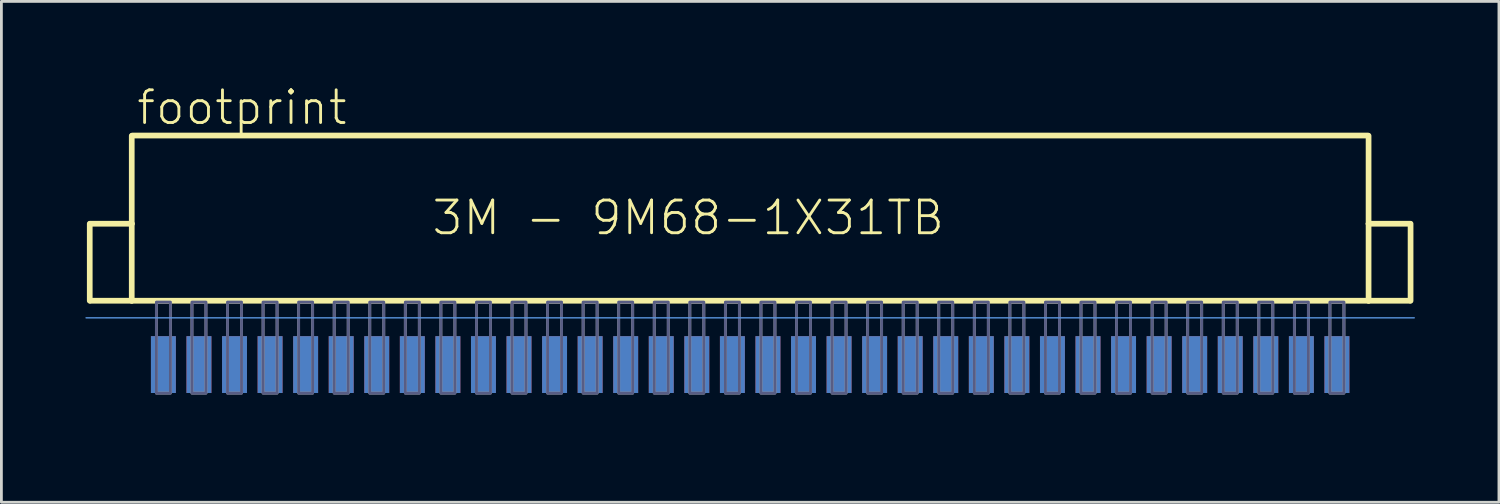
<source format=kicad_pcb>
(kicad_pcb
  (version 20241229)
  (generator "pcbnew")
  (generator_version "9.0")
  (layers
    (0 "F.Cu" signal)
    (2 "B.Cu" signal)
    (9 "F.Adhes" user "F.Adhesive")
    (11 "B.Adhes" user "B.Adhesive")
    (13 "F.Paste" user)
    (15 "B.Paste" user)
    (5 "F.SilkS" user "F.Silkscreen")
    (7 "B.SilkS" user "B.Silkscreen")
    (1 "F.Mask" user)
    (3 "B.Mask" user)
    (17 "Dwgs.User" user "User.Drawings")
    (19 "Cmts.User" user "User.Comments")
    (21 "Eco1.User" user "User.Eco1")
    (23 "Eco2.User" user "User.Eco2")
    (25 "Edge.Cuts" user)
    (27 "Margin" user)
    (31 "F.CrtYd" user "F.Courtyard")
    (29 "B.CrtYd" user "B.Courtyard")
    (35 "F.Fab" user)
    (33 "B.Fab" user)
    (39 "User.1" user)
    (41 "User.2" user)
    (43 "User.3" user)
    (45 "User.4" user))
  (footprint "footprint"
    (layer "F.Cu")
    (at 23.74 6.68)
    (property "Reference" "footprint" (at -21.971 -5.207 0) (layer "F.SilkS") (effects (font (size 1.168 1.168) (thickness 0.102)) (justify left bottom)))
    (fp_line (start -20.955 5.08) (end 20.955 5.08) (stroke (width 0.254) (type solid)) (layer "F.Mask"))
    (fp_poly (pts (xy -21.438 4.978) (xy -20.472 4.978) (xy -20.472 2.286) (xy -21.438 2.286)) (stroke (width 0) (type solid)) (fill yes) (layer "F.Mask"))
    (fp_poly (pts (xy -20.168 4.978) (xy -19.202 4.978) (xy -19.202 2.286) (xy -20.168 2.286)) (stroke (width 0) (type solid)) (fill yes) (layer "F.Mask"))
    (fp_poly (pts (xy -18.898 4.978) (xy -17.932 4.978) (xy -17.932 2.286) (xy -18.898 2.286)) (stroke (width 0) (type solid)) (fill yes) (layer "F.Mask"))
    (fp_poly (pts (xy -17.628 4.978) (xy -16.662 4.978) (xy -16.662 2.286) (xy -17.628 2.286)) (stroke (width 0) (type solid)) (fill yes) (layer "F.Mask"))
    (fp_poly (pts (xy -16.358 4.978) (xy -15.392 4.978) (xy -15.392 2.286) (xy -16.358 2.286)) (stroke (width 0) (type solid)) (fill yes) (layer "F.Mask"))
    (fp_poly (pts (xy -15.088 4.978) (xy -14.122 4.978) (xy -14.122 2.286) (xy -15.088 2.286)) (stroke (width 0) (type solid)) (fill yes) (layer "F.Mask"))
    (fp_poly (pts (xy -13.818 4.978) (xy -12.852 4.978) (xy -12.852 2.286) (xy -13.818 2.286)) (stroke (width 0) (type solid)) (fill yes) (layer "F.Mask"))
    (fp_poly (pts (xy -12.548 4.978) (xy -11.582 4.978) (xy -11.582 2.286) (xy -12.548 2.286)) (stroke (width 0) (type solid)) (fill yes) (layer "F.Mask"))
    (fp_poly (pts (xy -11.278 4.978) (xy -10.312 4.978) (xy -10.312 2.286) (xy -11.278 2.286)) (stroke (width 0) (type solid)) (fill yes) (layer "F.Mask"))
    (fp_poly (pts (xy -10.008 4.978) (xy -9.042 4.978) (xy -9.042 2.286) (xy -10.008 2.286)) (stroke (width 0) (type solid)) (fill yes) (layer "F.Mask"))
    (fp_poly (pts (xy -8.738 4.978) (xy -7.772 4.978) (xy -7.772 2.286) (xy -8.738 2.286)) (stroke (width 0) (type solid)) (fill yes) (layer "F.Mask"))
    (fp_poly (pts (xy -7.468 4.978) (xy -6.502 4.978) (xy -6.502 2.286) (xy -7.468 2.286)) (stroke (width 0) (type solid)) (fill yes) (layer "F.Mask"))
    (fp_poly (pts (xy -6.198 4.978) (xy -5.232 4.978) (xy -5.232 2.286) (xy -6.198 2.286)) (stroke (width 0) (type solid)) (fill yes) (layer "F.Mask"))
    (fp_poly (pts (xy -4.928 4.978) (xy -3.962 4.978) (xy -3.962 2.286) (xy -4.928 2.286)) (stroke (width 0) (type solid)) (fill yes) (layer "F.Mask"))
    (fp_poly (pts (xy -3.658 4.978) (xy -2.692 4.978) (xy -2.692 2.286) (xy -3.658 2.286)) (stroke (width 0) (type solid)) (fill yes) (layer "F.Mask"))
    (fp_poly (pts (xy -2.388 4.978) (xy -1.422 4.978) (xy -1.422 2.286) (xy -2.388 2.286)) (stroke (width 0) (type solid)) (fill yes) (layer "F.Mask"))
    (fp_poly (pts (xy -1.118 4.978) (xy -0.152 4.978) (xy -0.152 2.286) (xy -1.118 2.286)) (stroke (width 0) (type solid)) (fill yes) (layer "F.Mask"))
    (fp_poly (pts (xy 0.152 4.978) (xy 1.118 4.978) (xy 1.118 2.286) (xy 0.152 2.286)) (stroke (width 0) (type solid)) (fill yes) (layer "F.Mask"))
    (fp_poly (pts (xy 1.422 4.978) (xy 2.388 4.978) (xy 2.388 2.286) (xy 1.422 2.286)) (stroke (width 0) (type solid)) (fill yes) (layer "F.Mask"))
    (fp_poly (pts (xy 2.692 4.978) (xy 3.658 4.978) (xy 3.658 2.286) (xy 2.692 2.286)) (stroke (width 0) (type solid)) (fill yes) (layer "F.Mask"))
    (fp_poly (pts (xy 3.962 4.978) (xy 4.928 4.978) (xy 4.928 2.286) (xy 3.962 2.286)) (stroke (width 0) (type solid)) (fill yes) (layer "F.Mask"))
    (fp_poly (pts (xy 5.232 4.978) (xy 6.198 4.978) (xy 6.198 2.286) (xy 5.232 2.286)) (stroke (width 0) (type solid)) (fill yes) (layer "F.Mask"))
    (fp_poly (pts (xy 6.502 4.978) (xy 7.468 4.978) (xy 7.468 2.286) (xy 6.502 2.286)) (stroke (width 0) (type solid)) (fill yes) (layer "F.Mask"))
    (fp_poly (pts (xy 7.772 4.978) (xy 8.738 4.978) (xy 8.738 2.286) (xy 7.772 2.286)) (stroke (width 0) (type solid)) (fill yes) (layer "F.Mask"))
    (fp_poly (pts (xy 9.042 4.978) (xy 10.008 4.978) (xy 10.008 2.286) (xy 9.042 2.286)) (stroke (width 0) (type solid)) (fill yes) (layer "F.Mask"))
    (fp_poly (pts (xy 10.312 4.978) (xy 11.278 4.978) (xy 11.278 2.286) (xy 10.312 2.286)) (stroke (width 0) (type solid)) (fill yes) (layer "F.Mask"))
    (fp_poly (pts (xy 11.582 4.978) (xy 12.548 4.978) (xy 12.548 2.286) (xy 11.582 2.286)) (stroke (width 0) (type solid)) (fill yes) (layer "F.Mask"))
    (fp_poly (pts (xy 12.852 4.978) (xy 13.818 4.978) (xy 13.818 2.286) (xy 12.852 2.286)) (stroke (width 0) (type solid)) (fill yes) (layer "F.Mask"))
    (fp_poly (pts (xy 14.122 4.978) (xy 15.088 4.978) (xy 15.088 2.286) (xy 14.122 2.286)) (stroke (width 0) (type solid)) (fill yes) (layer "F.Mask"))
    (fp_poly (pts (xy 15.392 4.978) (xy 16.358 4.978) (xy 16.358 2.286) (xy 15.392 2.286)) (stroke (width 0) (type solid)) (fill yes) (layer "F.Mask"))
    (fp_poly (pts (xy 16.662 4.978) (xy 17.628 4.978) (xy 17.628 2.286) (xy 16.662 2.286)) (stroke (width 0) (type solid)) (fill yes) (layer "F.Mask"))
    (fp_poly (pts (xy 17.932 4.978) (xy 18.898 4.978) (xy 18.898 2.286) (xy 17.932 2.286)) (stroke (width 0) (type solid)) (fill yes) (layer "F.Mask"))
    (fp_poly (pts (xy 19.202 4.978) (xy 20.168 4.978) (xy 20.168 2.286) (xy 19.202 2.286)) (stroke (width 0) (type solid)) (fill yes) (layer "F.Mask"))
    (fp_poly (pts (xy 20.472 4.978) (xy 21.438 4.978) (xy 21.438 2.286) (xy 20.472 2.286)) (stroke (width 0) (type solid)) (fill yes) (layer "F.Mask"))
    (fp_line (start -20.955 5.08) (end 20.955 5.08) (stroke (width 0.254) (type solid)) (layer "B.Mask"))
    (fp_poly (pts (xy -21.438 4.978) (xy -20.472 4.978) (xy -20.472 2.286) (xy -21.438 2.286)) (stroke (width 0) (type solid)) (fill yes) (layer "B.Mask"))
    (fp_poly (pts (xy -20.168 4.978) (xy -19.202 4.978) (xy -19.202 2.286) (xy -20.168 2.286)) (stroke (width 0) (type solid)) (fill yes) (layer "B.Mask"))
    (fp_poly (pts (xy -18.898 4.978) (xy -17.932 4.978) (xy -17.932 2.286) (xy -18.898 2.286)) (stroke (width 0) (type solid)) (fill yes) (layer "B.Mask"))
    (fp_poly (pts (xy -17.628 4.978) (xy -16.662 4.978) (xy -16.662 2.286) (xy -17.628 2.286)) (stroke (width 0) (type solid)) (fill yes) (layer "B.Mask"))
    (fp_poly (pts (xy -16.358 4.978) (xy -15.392 4.978) (xy -15.392 2.286) (xy -16.358 2.286)) (stroke (width 0) (type solid)) (fill yes) (layer "B.Mask"))
    (fp_poly (pts (xy -15.088 4.978) (xy -14.122 4.978) (xy -14.122 2.286) (xy -15.088 2.286)) (stroke (width 0) (type solid)) (fill yes) (layer "B.Mask"))
    (fp_poly (pts (xy -13.818 4.978) (xy -12.852 4.978) (xy -12.852 2.286) (xy -13.818 2.286)) (stroke (width 0) (type solid)) (fill yes) (layer "B.Mask"))
    (fp_poly (pts (xy -12.548 4.978) (xy -11.582 4.978) (xy -11.582 2.286) (xy -12.548 2.286)) (stroke (width 0) (type solid)) (fill yes) (layer "B.Mask"))
    (fp_poly (pts (xy -11.278 4.978) (xy -10.312 4.978) (xy -10.312 2.286) (xy -11.278 2.286)) (stroke (width 0) (type solid)) (fill yes) (layer "B.Mask"))
    (fp_poly (pts (xy -10.008 4.978) (xy -9.042 4.978) (xy -9.042 2.286) (xy -10.008 2.286)) (stroke (width 0) (type solid)) (fill yes) (layer "B.Mask"))
    (fp_poly (pts (xy -8.738 4.978) (xy -7.772 4.978) (xy -7.772 2.286) (xy -8.738 2.286)) (stroke (width 0) (type solid)) (fill yes) (layer "B.Mask"))
    (fp_poly (pts (xy -7.468 4.978) (xy -6.502 4.978) (xy -6.502 2.286) (xy -7.468 2.286)) (stroke (width 0) (type solid)) (fill yes) (layer "B.Mask"))
    (fp_poly (pts (xy -6.198 4.978) (xy -5.232 4.978) (xy -5.232 2.286) (xy -6.198 2.286)) (stroke (width 0) (type solid)) (fill yes) (layer "B.Mask"))
    (fp_poly (pts (xy -4.928 4.978) (xy -3.962 4.978) (xy -3.962 2.286) (xy -4.928 2.286)) (stroke (width 0) (type solid)) (fill yes) (layer "B.Mask"))
    (fp_poly (pts (xy -3.658 4.978) (xy -2.692 4.978) (xy -2.692 2.286) (xy -3.658 2.286)) (stroke (width 0) (type solid)) (fill yes) (layer "B.Mask"))
    (fp_poly (pts (xy -2.388 4.978) (xy -1.422 4.978) (xy -1.422 2.286) (xy -2.388 2.286)) (stroke (width 0) (type solid)) (fill yes) (layer "B.Mask"))
    (fp_poly (pts (xy -1.118 4.978) (xy -0.152 4.978) (xy -0.152 2.286) (xy -1.118 2.286)) (stroke (width 0) (type solid)) (fill yes) (layer "B.Mask"))
    (fp_poly (pts (xy 0.152 4.978) (xy 1.118 4.978) (xy 1.118 2.286) (xy 0.152 2.286)) (stroke (width 0) (type solid)) (fill yes) (layer "B.Mask"))
    (fp_poly (pts (xy 1.422 4.978) (xy 2.388 4.978) (xy 2.388 2.286) (xy 1.422 2.286)) (stroke (width 0) (type solid)) (fill yes) (layer "B.Mask"))
    (fp_poly (pts (xy 2.692 4.978) (xy 3.658 4.978) (xy 3.658 2.286) (xy 2.692 2.286)) (stroke (width 0) (type solid)) (fill yes) (layer "B.Mask"))
    (fp_poly (pts (xy 3.962 4.978) (xy 4.928 4.978) (xy 4.928 2.286) (xy 3.962 2.286)) (stroke (width 0) (type solid)) (fill yes) (layer "B.Mask"))
    (fp_poly (pts (xy 5.232 4.978) (xy 6.198 4.978) (xy 6.198 2.286) (xy 5.232 2.286)) (stroke (width 0) (type solid)) (fill yes) (layer "B.Mask"))
    (fp_poly (pts (xy 6.502 4.978) (xy 7.468 4.978) (xy 7.468 2.286) (xy 6.502 2.286)) (stroke (width 0) (type solid)) (fill yes) (layer "B.Mask"))
    (fp_poly (pts (xy 7.772 4.978) (xy 8.738 4.978) (xy 8.738 2.286) (xy 7.772 2.286)) (stroke (width 0) (type solid)) (fill yes) (layer "B.Mask"))
    (fp_poly (pts (xy 9.042 4.978) (xy 10.008 4.978) (xy 10.008 2.286) (xy 9.042 2.286)) (stroke (width 0) (type solid)) (fill yes) (layer "B.Mask"))
    (fp_poly (pts (xy 10.312 4.978) (xy 11.278 4.978) (xy 11.278 2.286) (xy 10.312 2.286)) (stroke (width 0) (type solid)) (fill yes) (layer "B.Mask"))
    (fp_poly (pts (xy 11.582 4.978) (xy 12.548 4.978) (xy 12.548 2.286) (xy 11.582 2.286)) (stroke (width 0) (type solid)) (fill yes) (layer "B.Mask"))
    (fp_poly (pts (xy 12.852 4.978) (xy 13.818 4.978) (xy 13.818 2.286) (xy 12.852 2.286)) (stroke (width 0) (type solid)) (fill yes) (layer "B.Mask"))
    (fp_poly (pts (xy 14.122 4.978) (xy 15.088 4.978) (xy 15.088 2.286) (xy 14.122 2.286)) (stroke (width 0) (type solid)) (fill yes) (layer "B.Mask"))
    (fp_poly (pts (xy 15.392 4.978) (xy 16.358 4.978) (xy 16.358 2.286) (xy 15.392 2.286)) (stroke (width 0) (type solid)) (fill yes) (layer "B.Mask"))
    (fp_poly (pts (xy 16.662 4.978) (xy 17.628 4.978) (xy 17.628 2.286) (xy 16.662 2.286)) (stroke (width 0) (type solid)) (fill yes) (layer "B.Mask"))
    (fp_poly (pts (xy 17.932 4.978) (xy 18.898 4.978) (xy 18.898 2.286) (xy 17.932 2.286)) (stroke (width 0) (type solid)) (fill yes) (layer "B.Mask"))
    (fp_poly (pts (xy 19.202 4.978) (xy 20.168 4.978) (xy 20.168 2.286) (xy 19.202 2.286)) (stroke (width 0) (type solid)) (fill yes) (layer "B.Mask"))
    (fp_poly (pts (xy 20.472 4.978) (xy 21.438 4.978) (xy 21.438 2.286) (xy 20.472 2.286)) (stroke (width 0) (type solid)) (fill yes) (layer "B.Mask"))
    (fp_line (start -23.585 -1.74) (end -23.585 1.01) (stroke (width 0.203) (type solid)) (layer "F.SilkS"))
    (fp_line (start -23.565 -1.74) (end -22.085 -1.74) (stroke (width 0.203) (type solid)) (layer "F.SilkS"))
    (fp_line (start -23.565 1.01) (end -22.085 1.01) (stroke (width 0.203) (type solid)) (layer "F.SilkS"))
    (fp_line (start -22.085 -1.74) (end -22.085 -4.88) (stroke (width 0.203) (type solid)) (layer "F.SilkS"))
    (fp_line (start -22.085 1.01) (end -22.085 -1.74) (stroke (width 0.203) (type solid)) (layer "F.SilkS"))
    (fp_line (start -22.085 1.01) (end 22.085 1.01) (stroke (width 0.203) (type solid)) (layer "F.SilkS"))
    (fp_line (start -22.065 -4.89) (end 22.065 -4.89) (stroke (width 0.203) (type solid)) (layer "F.SilkS"))
    (fp_line (start 22.085 -1.74) (end 22.085 -4.88) (stroke (width 0.203) (type solid)) (layer "F.SilkS"))
    (fp_line (start 22.085 -1.74) (end 23.565 -1.74) (stroke (width 0.203) (type solid)) (layer "F.SilkS"))
    (fp_line (start 22.085 1.01) (end 22.085 -1.74) (stroke (width 0.203) (type solid)) (layer "F.SilkS"))
    (fp_line (start 22.085 1.01) (end 23.565 1.01) (stroke (width 0.203) (type solid)) (layer "F.SilkS"))
    (fp_line (start 23.585 1.01) (end 23.585 -1.74) (stroke (width 0.203) (type solid)) (layer "F.SilkS"))
    (fp_line (start -23.715 1.62) (end 23.715 1.62) (stroke (width 0.051) (type solid)) (layer "Cmts.User"))
    (fp_poly (pts (xy -21.205 4.31) (xy -20.705 4.31) (xy -20.705 1.06) (xy -21.205 1.06)) (stroke (width 0.1) (type solid)) (fill no) (layer "B.Fab"))
    (fp_poly (pts (xy -19.935 4.31) (xy -19.435 4.31) (xy -19.435 1.06) (xy -19.935 1.06)) (stroke (width 0.1) (type solid)) (fill no) (layer "B.Fab"))
    (fp_poly (pts (xy -18.665 4.31) (xy -18.165 4.31) (xy -18.165 1.06) (xy -18.665 1.06)) (stroke (width 0.1) (type solid)) (fill no) (layer "B.Fab"))
    (fp_poly (pts (xy -17.395 4.31) (xy -16.895 4.31) (xy -16.895 1.06) (xy -17.395 1.06)) (stroke (width 0.1) (type solid)) (fill no) (layer "B.Fab"))
    (fp_poly (pts (xy -16.125 4.31) (xy -15.625 4.31) (xy -15.625 1.06) (xy -16.125 1.06)) (stroke (width 0.1) (type solid)) (fill no) (layer "B.Fab"))
    (fp_poly (pts (xy -14.855 4.31) (xy -14.355 4.31) (xy -14.355 1.06) (xy -14.855 1.06)) (stroke (width 0.1) (type solid)) (fill no) (layer "B.Fab"))
    (fp_poly (pts (xy -13.585 4.31) (xy -13.085 4.31) (xy -13.085 1.06) (xy -13.585 1.06)) (stroke (width 0.1) (type solid)) (fill no) (layer "B.Fab"))
    (fp_poly (pts (xy -12.315 4.31) (xy -11.815 4.31) (xy -11.815 1.06) (xy -12.315 1.06)) (stroke (width 0.1) (type solid)) (fill no) (layer "B.Fab"))
    (fp_poly (pts (xy -11.045 4.31) (xy -10.545 4.31) (xy -10.545 1.06) (xy -11.045 1.06)) (stroke (width 0.1) (type solid)) (fill no) (layer "B.Fab"))
    (fp_poly (pts (xy -9.775 4.31) (xy -9.275 4.31) (xy -9.275 1.06) (xy -9.775 1.06)) (stroke (width 0.1) (type solid)) (fill no) (layer "B.Fab"))
    (fp_poly (pts (xy -8.505 4.31) (xy -8.005 4.31) (xy -8.005 1.06) (xy -8.505 1.06)) (stroke (width 0.1) (type solid)) (fill no) (layer "B.Fab"))
    (fp_poly (pts (xy -7.235 4.31) (xy -6.735 4.31) (xy -6.735 1.06) (xy -7.235 1.06)) (stroke (width 0.1) (type solid)) (fill no) (layer "B.Fab"))
    (fp_poly (pts (xy -5.965 4.31) (xy -5.465 4.31) (xy -5.465 1.06) (xy -5.965 1.06)) (stroke (width 0.1) (type solid)) (fill no) (layer "B.Fab"))
    (fp_poly (pts (xy -4.695 4.31) (xy -4.195 4.31) (xy -4.195 1.06) (xy -4.695 1.06)) (stroke (width 0.1) (type solid)) (fill no) (layer "B.Fab"))
    (fp_poly (pts (xy -3.425 4.31) (xy -2.925 4.31) (xy -2.925 1.06) (xy -3.425 1.06)) (stroke (width 0.1) (type solid)) (fill no) (layer "B.Fab"))
    (fp_poly (pts (xy -2.155 4.31) (xy -1.655 4.31) (xy -1.655 1.06) (xy -2.155 1.06)) (stroke (width 0.1) (type solid)) (fill no) (layer "B.Fab"))
    (fp_poly (pts (xy -0.885 4.31) (xy -0.385 4.31) (xy -0.385 1.06) (xy -0.885 1.06)) (stroke (width 0.1) (type solid)) (fill no) (layer "B.Fab"))
    (fp_poly (pts (xy 0.385 4.31) (xy 0.885 4.31) (xy 0.885 1.06) (xy 0.385 1.06)) (stroke (width 0.1) (type solid)) (fill no) (layer "B.Fab"))
    (fp_poly (pts (xy 1.655 4.31) (xy 2.155 4.31) (xy 2.155 1.06) (xy 1.655 1.06)) (stroke (width 0.1) (type solid)) (fill no) (layer "B.Fab"))
    (fp_poly (pts (xy 2.925 4.31) (xy 3.425 4.31) (xy 3.425 1.06) (xy 2.925 1.06)) (stroke (width 0.1) (type solid)) (fill no) (layer "B.Fab"))
    (fp_poly (pts (xy 4.195 4.31) (xy 4.695 4.31) (xy 4.695 1.06) (xy 4.195 1.06)) (stroke (width 0.1) (type solid)) (fill no) (layer "B.Fab"))
    (fp_poly (pts (xy 5.465 4.31) (xy 5.965 4.31) (xy 5.965 1.06) (xy 5.465 1.06)) (stroke (width 0.1) (type solid)) (fill no) (layer "B.Fab"))
    (fp_poly (pts (xy 6.735 4.31) (xy 7.235 4.31) (xy 7.235 1.06) (xy 6.735 1.06)) (stroke (width 0.1) (type solid)) (fill no) (layer "B.Fab"))
    (fp_poly (pts (xy 8.005 4.31) (xy 8.505 4.31) (xy 8.505 1.06) (xy 8.005 1.06)) (stroke (width 0.1) (type solid)) (fill no) (layer "B.Fab"))
    (fp_poly (pts (xy 9.275 4.31) (xy 9.775 4.31) (xy 9.775 1.06) (xy 9.275 1.06)) (stroke (width 0.1) (type solid)) (fill no) (layer "B.Fab"))
    (fp_poly (pts (xy 10.545 4.31) (xy 11.045 4.31) (xy 11.045 1.06) (xy 10.545 1.06)) (stroke (width 0.1) (type solid)) (fill no) (layer "B.Fab"))
    (fp_poly (pts (xy 11.815 4.31) (xy 12.315 4.31) (xy 12.315 1.06) (xy 11.815 1.06)) (stroke (width 0.1) (type solid)) (fill no) (layer "B.Fab"))
    (fp_poly (pts (xy 13.085 4.31) (xy 13.585 4.31) (xy 13.585 1.06) (xy 13.085 1.06)) (stroke (width 0.1) (type solid)) (fill no) (layer "B.Fab"))
    (fp_poly (pts (xy 14.355 4.31) (xy 14.855 4.31) (xy 14.855 1.06) (xy 14.355 1.06)) (stroke (width 0.1) (type solid)) (fill no) (layer "B.Fab"))
    (fp_poly (pts (xy 15.625 4.31) (xy 16.125 4.31) (xy 16.125 1.06) (xy 15.625 1.06)) (stroke (width 0.1) (type solid)) (fill no) (layer "B.Fab"))
    (fp_poly (pts (xy 16.895 4.31) (xy 17.395 4.31) (xy 17.395 1.06) (xy 16.895 1.06)) (stroke (width 0.1) (type solid)) (fill no) (layer "B.Fab"))
    (fp_poly (pts (xy 18.165 4.31) (xy 18.665 4.31) (xy 18.665 1.06) (xy 18.165 1.06)) (stroke (width 0.1) (type solid)) (fill no) (layer "B.Fab"))
    (fp_poly (pts (xy 19.435 4.31) (xy 19.935 4.31) (xy 19.935 1.06) (xy 19.435 1.06)) (stroke (width 0.1) (type solid)) (fill no) (layer "B.Fab"))
    (fp_poly (pts (xy 20.705 4.31) (xy 21.205 4.31) (xy 21.205 1.06) (xy 20.705 1.06)) (stroke (width 0.1) (type solid)) (fill no) (layer "B.Fab"))
    (fp_poly (pts (xy -21.205 4.31) (xy -20.705 4.31) (xy -20.705 1.06) (xy -21.205 1.06)) (stroke (width 0.1) (type solid)) (fill no) (layer "F.Fab"))
    (fp_poly (pts (xy -19.935 4.31) (xy -19.435 4.31) (xy -19.435 1.06) (xy -19.935 1.06)) (stroke (width 0.1) (type solid)) (fill no) (layer "F.Fab"))
    (fp_poly (pts (xy -18.665 4.31) (xy -18.165 4.31) (xy -18.165 1.06) (xy -18.665 1.06)) (stroke (width 0.1) (type solid)) (fill no) (layer "F.Fab"))
    (fp_poly (pts (xy -17.395 4.31) (xy -16.895 4.31) (xy -16.895 1.06) (xy -17.395 1.06)) (stroke (width 0.1) (type solid)) (fill no) (layer "F.Fab"))
    (fp_poly (pts (xy -16.125 4.31) (xy -15.625 4.31) (xy -15.625 1.06) (xy -16.125 1.06)) (stroke (width 0.1) (type solid)) (fill no) (layer "F.Fab"))
    (fp_poly (pts (xy -14.855 4.31) (xy -14.355 4.31) (xy -14.355 1.06) (xy -14.855 1.06)) (stroke (width 0.1) (type solid)) (fill no) (layer "F.Fab"))
    (fp_poly (pts (xy -13.585 4.31) (xy -13.085 4.31) (xy -13.085 1.06) (xy -13.585 1.06)) (stroke (width 0.1) (type solid)) (fill no) (layer "F.Fab"))
    (fp_poly (pts (xy -12.315 4.31) (xy -11.815 4.31) (xy -11.815 1.06) (xy -12.315 1.06)) (stroke (width 0.1) (type solid)) (fill no) (layer "F.Fab"))
    (fp_poly (pts (xy -11.045 4.31) (xy -10.545 4.31) (xy -10.545 1.06) (xy -11.045 1.06)) (stroke (width 0.1) (type solid)) (fill no) (layer "F.Fab"))
    (fp_poly (pts (xy -9.775 4.31) (xy -9.275 4.31) (xy -9.275 1.06) (xy -9.775 1.06)) (stroke (width 0.1) (type solid)) (fill no) (layer "F.Fab"))
    (fp_poly (pts (xy -8.505 4.31) (xy -8.005 4.31) (xy -8.005 1.06) (xy -8.505 1.06)) (stroke (width 0.1) (type solid)) (fill no) (layer "F.Fab"))
    (fp_poly (pts (xy -7.235 4.31) (xy -6.735 4.31) (xy -6.735 1.06) (xy -7.235 1.06)) (stroke (width 0.1) (type solid)) (fill no) (layer "F.Fab"))
    (fp_poly (pts (xy -5.965 4.31) (xy -5.465 4.31) (xy -5.465 1.06) (xy -5.965 1.06)) (stroke (width 0.1) (type solid)) (fill no) (layer "F.Fab"))
    (fp_poly (pts (xy -4.695 4.31) (xy -4.195 4.31) (xy -4.195 1.06) (xy -4.695 1.06)) (stroke (width 0.1) (type solid)) (fill no) (layer "F.Fab"))
    (fp_poly (pts (xy -3.425 4.31) (xy -2.925 4.31) (xy -2.925 1.06) (xy -3.425 1.06)) (stroke (width 0.1) (type solid)) (fill no) (layer "F.Fab"))
    (fp_poly (pts (xy -2.155 4.31) (xy -1.655 4.31) (xy -1.655 1.06) (xy -2.155 1.06)) (stroke (width 0.1) (type solid)) (fill no) (layer "F.Fab"))
    (fp_poly (pts (xy -0.885 4.31) (xy -0.385 4.31) (xy -0.385 1.06) (xy -0.885 1.06)) (stroke (width 0.1) (type solid)) (fill no) (layer "F.Fab"))
    (fp_poly (pts (xy 0.385 4.31) (xy 0.885 4.31) (xy 0.885 1.06) (xy 0.385 1.06)) (stroke (width 0.1) (type solid)) (fill no) (layer "F.Fab"))
    (fp_poly (pts (xy 1.655 4.31) (xy 2.155 4.31) (xy 2.155 1.06) (xy 1.655 1.06)) (stroke (width 0.1) (type solid)) (fill no) (layer "F.Fab"))
    (fp_poly (pts (xy 2.925 4.31) (xy 3.425 4.31) (xy 3.425 1.06) (xy 2.925 1.06)) (stroke (width 0.1) (type solid)) (fill no) (layer "F.Fab"))
    (fp_poly (pts (xy 4.195 4.31) (xy 4.695 4.31) (xy 4.695 1.06) (xy 4.195 1.06)) (stroke (width 0.1) (type solid)) (fill no) (layer "F.Fab"))
    (fp_poly (pts (xy 5.465 4.31) (xy 5.965 4.31) (xy 5.965 1.06) (xy 5.465 1.06)) (stroke (width 0.1) (type solid)) (fill no) (layer "F.Fab"))
    (fp_poly (pts (xy 6.735 4.31) (xy 7.235 4.31) (xy 7.235 1.06) (xy 6.735 1.06)) (stroke (width 0.1) (type solid)) (fill no) (layer "F.Fab"))
    (fp_poly (pts (xy 8.005 4.31) (xy 8.505 4.31) (xy 8.505 1.06) (xy 8.005 1.06)) (stroke (width 0.1) (type solid)) (fill no) (layer "F.Fab"))
    (fp_poly (pts (xy 9.275 4.31) (xy 9.775 4.31) (xy 9.775 1.06) (xy 9.275 1.06)) (stroke (width 0.1) (type solid)) (fill no) (layer "F.Fab"))
    (fp_poly (pts (xy 10.545 4.31) (xy 11.045 4.31) (xy 11.045 1.06) (xy 10.545 1.06)) (stroke (width 0.1) (type solid)) (fill no) (layer "F.Fab"))
    (fp_poly (pts (xy 11.815 4.31) (xy 12.315 4.31) (xy 12.315 1.06) (xy 11.815 1.06)) (stroke (width 0.1) (type solid)) (fill no) (layer "F.Fab"))
    (fp_poly (pts (xy 13.085 4.31) (xy 13.585 4.31) (xy 13.585 1.06) (xy 13.085 1.06)) (stroke (width 0.1) (type solid)) (fill no) (layer "F.Fab"))
    (fp_poly (pts (xy 14.355 4.31) (xy 14.855 4.31) (xy 14.855 1.06) (xy 14.355 1.06)) (stroke (width 0.1) (type solid)) (fill no) (layer "F.Fab"))
    (fp_poly (pts (xy 15.625 4.31) (xy 16.125 4.31) (xy 16.125 1.06) (xy 15.625 1.06)) (stroke (width 0.1) (type solid)) (fill no) (layer "F.Fab"))
    (fp_poly (pts (xy 16.895 4.31) (xy 17.395 4.31) (xy 17.395 1.06) (xy 16.895 1.06)) (stroke (width 0.1) (type solid)) (fill no) (layer "F.Fab"))
    (fp_poly (pts (xy 18.165 4.31) (xy 18.665 4.31) (xy 18.665 1.06) (xy 18.165 1.06)) (stroke (width 0.1) (type solid)) (fill no) (layer "F.Fab"))
    (fp_poly (pts (xy 19.435 4.31) (xy 19.935 4.31) (xy 19.935 1.06) (xy 19.435 1.06)) (stroke (width 0.1) (type solid)) (fill no) (layer "F.Fab"))
    (fp_poly (pts (xy 20.705 4.31) (xy 21.205 4.31) (xy 21.205 1.06) (xy 20.705 1.06)) (stroke (width 0.1) (type solid)) (fill no) (layer "F.Fab"))
    (fp_text user "3M - 9M68-1X31TB" (at -11.43 -1.27 0) (layer "F.SilkS") (effects (font (size 1.168 1.168) (thickness 0.102)) (justify left bottom)))
    (pad "1" smd rect (at -20.955 3.29) (size 0.89 2.03) (layers "F.Cu" "F.Mask" "F.Paste"))
    (pad "2" smd rect (at -19.685 3.29) (size 0.89 2.03) (layers "F.Cu" "F.Mask" "F.Paste"))
    (pad "3" smd rect (at -18.415 3.29) (size 0.89 2.03) (layers "F.Cu" "F.Mask" "F.Paste"))
    (pad "4" smd rect (at -17.145 3.29) (size 0.89 2.03) (layers "F.Cu" "F.Mask" "F.Paste"))
    (pad "5" smd rect (at -15.875 3.29) (size 0.89 2.03) (layers "F.Cu" "F.Mask" "F.Paste"))
    (pad "6" smd rect (at -14.605 3.29) (size 0.89 2.03) (layers "F.Cu" "F.Mask" "F.Paste"))
    (pad "7" smd rect (at -13.335 3.29) (size 0.89 2.03) (layers "F.Cu" "F.Mask" "F.Paste"))
    (pad "8" smd rect (at -12.065 3.29) (size 0.89 2.03) (layers "F.Cu" "F.Mask" "F.Paste"))
    (pad "9" smd rect (at -10.795 3.29) (size 0.89 2.03) (layers "F.Cu" "F.Mask" "F.Paste"))
    (pad "10" smd rect (at -9.525 3.29) (size 0.89 2.03) (layers "F.Cu" "F.Mask" "F.Paste"))
    (pad "11" smd rect (at -8.255 3.29) (size 0.89 2.03) (layers "F.Cu" "F.Mask" "F.Paste"))
    (pad "12" smd rect (at -6.985 3.29) (size 0.89 2.03) (layers "F.Cu" "F.Mask" "F.Paste"))
    (pad "13" smd rect (at -5.715 3.29) (size 0.89 2.03) (layers "F.Cu" "F.Mask" "F.Paste"))
    (pad "14" smd rect (at -4.445 3.29) (size 0.89 2.03) (layers "F.Cu" "F.Mask" "F.Paste"))
    (pad "15" smd rect (at -3.175 3.29) (size 0.89 2.03) (layers "F.Cu" "F.Mask" "F.Paste"))
    (pad "16" smd rect (at -1.905 3.29) (size 0.89 2.03) (layers "F.Cu" "F.Mask" "F.Paste"))
    (pad "17" smd rect (at -0.635 3.29) (size 0.89 2.03) (layers "F.Cu" "F.Mask" "F.Paste"))
    (pad "18" smd rect (at 0.635 3.29) (size 0.89 2.03) (layers "F.Cu" "F.Mask" "F.Paste"))
    (pad "19" smd rect (at 1.905 3.29) (size 0.89 2.03) (layers "F.Cu" "F.Mask" "F.Paste"))
    (pad "20" smd rect (at 3.175 3.29) (size 0.89 2.03) (layers "F.Cu" "F.Mask" "F.Paste"))
    (pad "21" smd rect (at 4.445 3.29) (size 0.89 2.03) (layers "F.Cu" "F.Mask" "F.Paste"))
    (pad "22" smd rect (at 5.715 3.29) (size 0.89 2.03) (layers "F.Cu" "F.Mask" "F.Paste"))
    (pad "23" smd rect (at 6.985 3.29) (size 0.89 2.03) (layers "F.Cu" "F.Mask" "F.Paste"))
    (pad "24" smd rect (at 8.255 3.29) (size 0.89 2.03) (layers "F.Cu" "F.Mask" "F.Paste"))
    (pad "25" smd rect (at 9.525 3.29) (size 0.89 2.03) (layers "F.Cu" "F.Mask" "F.Paste"))
    (pad "26" smd rect (at 10.795 3.29) (size 0.89 2.03) (layers "F.Cu" "F.Mask" "F.Paste"))
    (pad "27" smd rect (at 12.065 3.29) (size 0.89 2.03) (layers "F.Cu" "F.Mask" "F.Paste"))
    (pad "28" smd rect (at 13.335 3.29) (size 0.89 2.03) (layers "F.Cu" "F.Mask" "F.Paste"))
    (pad "29" smd rect (at 14.605 3.29) (size 0.89 2.03) (layers "F.Cu" "F.Mask" "F.Paste"))
    (pad "30" smd rect (at 15.875 3.29) (size 0.89 2.03) (layers "F.Cu" "F.Mask" "F.Paste"))
    (pad "31" smd rect (at 17.145 3.29) (size 0.89 2.03) (layers "F.Cu" "F.Mask" "F.Paste"))
    (pad "32" smd rect (at 18.415 3.29) (size 0.89 2.03) (layers "F.Cu" "F.Mask" "F.Paste"))
    (pad "33" smd rect (at 19.685 3.29) (size 0.89 2.03) (layers "F.Cu" "F.Mask" "F.Paste"))
    (pad "34" smd rect (at 20.955 3.29) (size 0.89 2.03) (layers "F.Cu" "F.Mask" "F.Paste"))
    (pad "35" smd rect (at -20.955 3.29) (size 0.89 2.03) (layers "B.Cu" "B.Mask" "B.Paste"))
    (pad "36" smd rect (at -19.685 3.29) (size 0.89 2.03) (layers "B.Cu" "B.Mask" "B.Paste"))
    (pad "37" smd rect (at -18.415 3.29) (size 0.89 2.03) (layers "B.Cu" "B.Mask" "B.Paste"))
    (pad "38" smd rect (at -17.145 3.29) (size 0.89 2.03) (layers "B.Cu" "B.Mask" "B.Paste"))
    (pad "39" smd rect (at -15.875 3.29) (size 0.89 2.03) (layers "B.Cu" "B.Mask" "B.Paste"))
    (pad "40" smd rect (at -14.605 3.29) (size 0.89 2.03) (layers "B.Cu" "B.Mask" "B.Paste"))
    (pad "41" smd rect (at -13.335 3.29) (size 0.89 2.03) (layers "B.Cu" "B.Mask" "B.Paste"))
    (pad "42" smd rect (at -12.065 3.29) (size 0.89 2.03) (layers "B.Cu" "B.Mask" "B.Paste"))
    (pad "43" smd rect (at -10.795 3.29) (size 0.89 2.03) (layers "B.Cu" "B.Mask" "B.Paste"))
    (pad "44" smd rect (at -9.525 3.29) (size 0.89 2.03) (layers "B.Cu" "B.Mask" "B.Paste"))
    (pad "45" smd rect (at -8.255 3.29) (size 0.89 2.03) (layers "B.Cu" "B.Mask" "B.Paste"))
    (pad "46" smd rect (at -6.985 3.29) (size 0.89 2.03) (layers "B.Cu" "B.Mask" "B.Paste"))
    (pad "47" smd rect (at -5.715 3.29) (size 0.89 2.03) (layers "B.Cu" "B.Mask" "B.Paste"))
    (pad "48" smd rect (at -4.445 3.29) (size 0.89 2.03) (layers "B.Cu" "B.Mask" "B.Paste"))
    (pad "49" smd rect (at -3.175 3.29) (size 0.89 2.03) (layers "B.Cu" "B.Mask" "B.Paste"))
    (pad "50" smd rect (at -1.905 3.29) (size 0.89 2.03) (layers "B.Cu" "B.Mask" "B.Paste"))
    (pad "51" smd rect (at -0.635 3.29) (size 0.89 2.03) (layers "B.Cu" "B.Mask" "B.Paste"))
    (pad "52" smd rect (at 0.635 3.29) (size 0.89 2.03) (layers "B.Cu" "B.Mask" "B.Paste"))
    (pad "53" smd rect (at 1.905 3.29) (size 0.89 2.03) (layers "B.Cu" "B.Mask" "B.Paste"))
    (pad "54" smd rect (at 3.175 3.29) (size 0.89 2.03) (layers "B.Cu" "B.Mask" "B.Paste"))
    (pad "55" smd rect (at 4.445 3.29) (size 0.89 2.03) (layers "B.Cu" "B.Mask" "B.Paste"))
    (pad "56" smd rect (at 5.715 3.29) (size 0.89 2.03) (layers "B.Cu" "B.Mask" "B.Paste"))
    (pad "57" smd rect (at 6.985 3.29) (size 0.89 2.03) (layers "B.Cu" "B.Mask" "B.Paste"))
    (pad "58" smd rect (at 8.255 3.29) (size 0.89 2.03) (layers "B.Cu" "B.Mask" "B.Paste"))
    (pad "59" smd rect (at 9.525 3.29) (size 0.89 2.03) (layers "B.Cu" "B.Mask" "B.Paste"))
    (pad "60" smd rect (at 10.795 3.29) (size 0.89 2.03) (layers "B.Cu" "B.Mask" "B.Paste"))
    (pad "61" smd rect (at 12.065 3.29) (size 0.89 2.03) (layers "B.Cu" "B.Mask" "B.Paste"))
    (pad "62" smd rect (at 13.335 3.29) (size 0.89 2.03) (layers "B.Cu" "B.Mask" "B.Paste"))
    (pad "63" smd rect (at 14.605 3.29) (size 0.89 2.03) (layers "B.Cu" "B.Mask" "B.Paste"))
    (pad "64" smd rect (at 15.875 3.29) (size 0.89 2.03) (layers "B.Cu" "B.Mask" "B.Paste"))
    (pad "65" smd rect (at 17.145 3.29) (size 0.89 2.03) (layers "B.Cu" "B.Mask" "B.Paste"))
    (pad "66" smd rect (at 18.415 3.29) (size 0.89 2.03) (layers "B.Cu" "B.Mask" "B.Paste"))
    (pad "67" smd rect (at 19.685 3.29) (size 0.89 2.03) (layers "B.Cu" "B.Mask" "B.Paste"))
    (pad "68" smd rect (at 20.955 3.29) (size 0.89 2.03) (layers "B.Cu" "B.Mask" "B.Paste")))
  (gr_rect
    (start -3 -3)
    (end 50.481 14.887)
    (stroke (width 0.1) (type default))
    (fill no)
    (layer "Edge.Cuts")))
</source>
